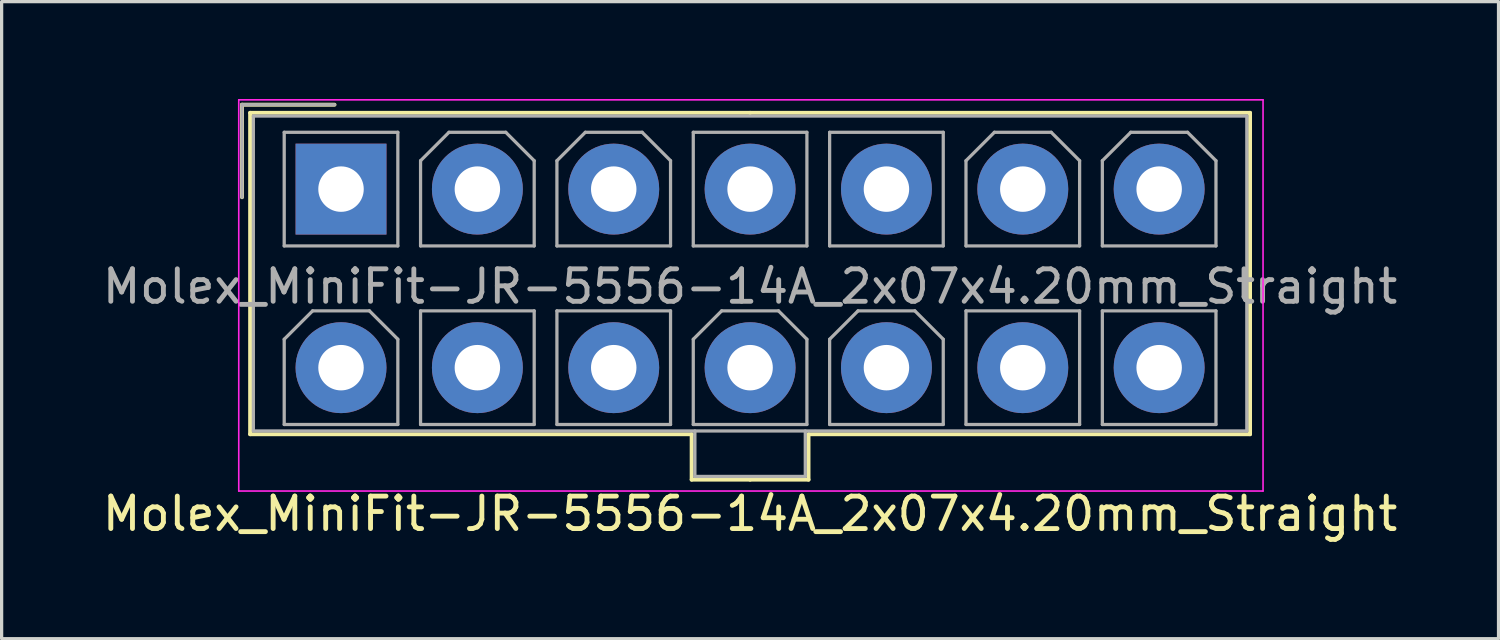
<source format=kicad_pcb>
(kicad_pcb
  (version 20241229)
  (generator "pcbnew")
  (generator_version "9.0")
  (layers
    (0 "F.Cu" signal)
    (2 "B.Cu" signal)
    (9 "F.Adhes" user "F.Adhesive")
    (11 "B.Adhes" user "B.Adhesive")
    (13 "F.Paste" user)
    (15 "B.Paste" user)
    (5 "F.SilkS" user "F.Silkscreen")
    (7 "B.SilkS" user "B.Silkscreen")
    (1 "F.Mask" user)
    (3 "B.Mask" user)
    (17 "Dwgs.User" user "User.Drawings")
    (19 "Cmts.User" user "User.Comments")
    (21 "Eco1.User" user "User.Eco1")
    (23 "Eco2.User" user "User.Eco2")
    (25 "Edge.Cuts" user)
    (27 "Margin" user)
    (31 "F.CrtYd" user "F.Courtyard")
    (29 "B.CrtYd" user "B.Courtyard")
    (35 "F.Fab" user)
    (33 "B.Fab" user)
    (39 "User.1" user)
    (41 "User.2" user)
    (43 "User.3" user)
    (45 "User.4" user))
  (footprint "Molex_MiniFit-JR-5556-14A_2x07x4.20mm_Straight"
    (layer "F.Cu")
    (at 7.454 2.775)
    (property "Reference" "Molex_MiniFit-JR-5556-14A_2x07x4.20mm_Straight" (at 12.6 10 0) (layer "F.SilkS") (effects (font (size 1 1) (thickness 0.15))))
    (attr through_hole)
    (fp_line (start -3.05 -2.6) (end -3.05 0.25) (stroke (width 0.12) (type solid)) (layer "F.SilkS"))
    (fp_line (start -2.8 -2.35) (end -2.8 7.55) (stroke (width 0.12) (type solid)) (layer "F.SilkS"))
    (fp_line (start -2.8 7.55) (end 10.8 7.55) (stroke (width 0.12) (type solid)) (layer "F.SilkS"))
    (fp_line (start -0.2 -2.6) (end -3.05 -2.6) (stroke (width 0.12) (type solid)) (layer "F.SilkS"))
    (fp_line (start 10.8 7.55) (end 10.8 8.95) (stroke (width 0.12) (type solid)) (layer "F.SilkS"))
    (fp_line (start 10.8 8.95) (end 12.6 8.95) (stroke (width 0.12) (type solid)) (layer "F.SilkS"))
    (fp_line (start 12.6 -2.35) (end -2.8 -2.35) (stroke (width 0.12) (type solid)) (layer "F.SilkS"))
    (fp_line (start 12.6 -2.35) (end 28 -2.35) (stroke (width 0.12) (type solid)) (layer "F.SilkS"))
    (fp_line (start 14.4 7.55) (end 14.4 8.95) (stroke (width 0.12) (type solid)) (layer "F.SilkS"))
    (fp_line (start 14.4 8.95) (end 12.6 8.95) (stroke (width 0.12) (type solid)) (layer "F.SilkS"))
    (fp_line (start 28 -2.35) (end 28 7.55) (stroke (width 0.12) (type solid)) (layer "F.SilkS"))
    (fp_line (start 28 7.55) (end 14.4 7.55) (stroke (width 0.12) (type solid)) (layer "F.SilkS"))
    (fp_line (start -3.15 -2.75) (end -3.15 9.3) (stroke (width 0.05) (type solid)) (layer "F.CrtYd"))
    (fp_line (start -3.15 9.3) (end 28.4 9.3) (stroke (width 0.05) (type solid)) (layer "F.CrtYd"))
    (fp_line (start 28.4 -2.75) (end -3.15 -2.75) (stroke (width 0.05) (type solid)) (layer "F.CrtYd"))
    (fp_line (start 28.4 9.3) (end 28.4 -2.75) (stroke (width 0.05) (type solid)) (layer "F.CrtYd"))
    (fp_line (start -3.05 -2.6) (end -3.05 0.25) (stroke (width 0.1) (type solid)) (layer "F.Fab"))
    (fp_line (start -2.7 -2.25) (end -2.7 7.45) (stroke (width 0.1) (type solid)) (layer "F.Fab"))
    (fp_line (start -2.7 7.45) (end 27.9 7.45) (stroke (width 0.1) (type solid)) (layer "F.Fab"))
    (fp_line (start -1.75 -1.75) (end -1.75 1.75) (stroke (width 0.1) (type solid)) (layer "F.Fab"))
    (fp_line (start -1.75 1.75) (end 1.75 1.75) (stroke (width 0.1) (type solid)) (layer "F.Fab"))
    (fp_line (start -1.75 4.625) (end -0.875 3.75) (stroke (width 0.1) (type solid)) (layer "F.Fab"))
    (fp_line (start -1.75 7.25) (end -1.75 4.625) (stroke (width 0.1) (type solid)) (layer "F.Fab"))
    (fp_line (start -0.875 3.75) (end 0.875 3.75) (stroke (width 0.1) (type solid)) (layer "F.Fab"))
    (fp_line (start -0.2 -2.6) (end -3.05 -2.6) (stroke (width 0.1) (type solid)) (layer "F.Fab"))
    (fp_line (start 0.875 3.75) (end 1.75 4.625) (stroke (width 0.1) (type solid)) (layer "F.Fab"))
    (fp_line (start 1.75 -1.75) (end -1.75 -1.75) (stroke (width 0.1) (type solid)) (layer "F.Fab"))
    (fp_line (start 1.75 1.75) (end 1.75 -1.75) (stroke (width 0.1) (type solid)) (layer "F.Fab"))
    (fp_line (start 1.75 4.625) (end 1.75 7.25) (stroke (width 0.1) (type solid)) (layer "F.Fab"))
    (fp_line (start 1.75 7.25) (end -1.75 7.25) (stroke (width 0.1) (type solid)) (layer "F.Fab"))
    (fp_line (start 2.45 -0.875) (end 3.325 -1.75) (stroke (width 0.1) (type solid)) (layer "F.Fab"))
    (fp_line (start 2.45 1.75) (end 2.45 -0.875) (stroke (width 0.1) (type solid)) (layer "F.Fab"))
    (fp_line (start 2.45 3.75) (end 2.45 7.25) (stroke (width 0.1) (type solid)) (layer "F.Fab"))
    (fp_line (start 2.45 7.25) (end 5.95 7.25) (stroke (width 0.1) (type solid)) (layer "F.Fab"))
    (fp_line (start 3.325 -1.75) (end 5.075 -1.75) (stroke (width 0.1) (type solid)) (layer "F.Fab"))
    (fp_line (start 5.075 -1.75) (end 5.95 -0.875) (stroke (width 0.1) (type solid)) (layer "F.Fab"))
    (fp_line (start 5.95 -0.875) (end 5.95 1.75) (stroke (width 0.1) (type solid)) (layer "F.Fab"))
    (fp_line (start 5.95 1.75) (end 2.45 1.75) (stroke (width 0.1) (type solid)) (layer "F.Fab"))
    (fp_line (start 5.95 3.75) (end 2.45 3.75) (stroke (width 0.1) (type solid)) (layer "F.Fab"))
    (fp_line (start 5.95 7.25) (end 5.95 3.75) (stroke (width 0.1) (type solid)) (layer "F.Fab"))
    (fp_line (start 6.65 -0.875) (end 7.525 -1.75) (stroke (width 0.1) (type solid)) (layer "F.Fab"))
    (fp_line (start 6.65 1.75) (end 6.65 -0.875) (stroke (width 0.1) (type solid)) (layer "F.Fab"))
    (fp_line (start 6.65 3.75) (end 6.65 7.25) (stroke (width 0.1) (type solid)) (layer "F.Fab"))
    (fp_line (start 6.65 7.25) (end 10.15 7.25) (stroke (width 0.1) (type solid)) (layer "F.Fab"))
    (fp_line (start 7.525 -1.75) (end 9.275 -1.75) (stroke (width 0.1) (type solid)) (layer "F.Fab"))
    (fp_line (start 9.275 -1.75) (end 10.15 -0.875) (stroke (width 0.1) (type solid)) (layer "F.Fab"))
    (fp_line (start 10.15 -0.875) (end 10.15 1.75) (stroke (width 0.1) (type solid)) (layer "F.Fab"))
    (fp_line (start 10.15 1.75) (end 6.65 1.75) (stroke (width 0.1) (type solid)) (layer "F.Fab"))
    (fp_line (start 10.15 3.75) (end 6.65 3.75) (stroke (width 0.1) (type solid)) (layer "F.Fab"))
    (fp_line (start 10.15 7.25) (end 10.15 3.75) (stroke (width 0.1) (type solid)) (layer "F.Fab"))
    (fp_line (start 10.85 -1.75) (end 10.85 1.75) (stroke (width 0.1) (type solid)) (layer "F.Fab"))
    (fp_line (start 10.85 1.75) (end 14.35 1.75) (stroke (width 0.1) (type solid)) (layer "F.Fab"))
    (fp_line (start 10.85 4.625) (end 11.725 3.75) (stroke (width 0.1) (type solid)) (layer "F.Fab"))
    (fp_line (start 10.85 7.25) (end 10.85 4.625) (stroke (width 0.1) (type solid)) (layer "F.Fab"))
    (fp_line (start 10.9 7.45) (end 10.9 8.85) (stroke (width 0.1) (type solid)) (layer "F.Fab"))
    (fp_line (start 10.9 8.85) (end 14.3 8.85) (stroke (width 0.1) (type solid)) (layer "F.Fab"))
    (fp_line (start 11.725 3.75) (end 13.475 3.75) (stroke (width 0.1) (type solid)) (layer "F.Fab"))
    (fp_line (start 13.475 3.75) (end 14.35 4.625) (stroke (width 0.1) (type solid)) (layer "F.Fab"))
    (fp_line (start 14.3 8.85) (end 14.3 7.45) (stroke (width 0.1) (type solid)) (layer "F.Fab"))
    (fp_line (start 14.35 -1.75) (end 10.85 -1.75) (stroke (width 0.1) (type solid)) (layer "F.Fab"))
    (fp_line (start 14.35 1.75) (end 14.35 -1.75) (stroke (width 0.1) (type solid)) (layer "F.Fab"))
    (fp_line (start 14.35 4.625) (end 14.35 7.25) (stroke (width 0.1) (type solid)) (layer "F.Fab"))
    (fp_line (start 14.35 7.25) (end 10.85 7.25) (stroke (width 0.1) (type solid)) (layer "F.Fab"))
    (fp_line (start 15.05 -1.75) (end 15.05 1.75) (stroke (width 0.1) (type solid)) (layer "F.Fab"))
    (fp_line (start 15.05 1.75) (end 18.55 1.75) (stroke (width 0.1) (type solid)) (layer "F.Fab"))
    (fp_line (start 15.05 4.625) (end 15.925 3.75) (stroke (width 0.1) (type solid)) (layer "F.Fab"))
    (fp_line (start 15.05 7.25) (end 15.05 4.625) (stroke (width 0.1) (type solid)) (layer "F.Fab"))
    (fp_line (start 15.925 3.75) (end 17.675 3.75) (stroke (width 0.1) (type solid)) (layer "F.Fab"))
    (fp_line (start 17.675 3.75) (end 18.55 4.625) (stroke (width 0.1) (type solid)) (layer "F.Fab"))
    (fp_line (start 18.55 -1.75) (end 15.05 -1.75) (stroke (width 0.1) (type solid)) (layer "F.Fab"))
    (fp_line (start 18.55 1.75) (end 18.55 -1.75) (stroke (width 0.1) (type solid)) (layer "F.Fab"))
    (fp_line (start 18.55 4.625) (end 18.55 7.25) (stroke (width 0.1) (type solid)) (layer "F.Fab"))
    (fp_line (start 18.55 7.25) (end 15.05 7.25) (stroke (width 0.1) (type solid)) (layer "F.Fab"))
    (fp_line (start 19.25 -0.875) (end 20.125 -1.75) (stroke (width 0.1) (type solid)) (layer "F.Fab"))
    (fp_line (start 19.25 1.75) (end 19.25 -0.875) (stroke (width 0.1) (type solid)) (layer "F.Fab"))
    (fp_line (start 19.25 3.75) (end 19.25 7.25) (stroke (width 0.1) (type solid)) (layer "F.Fab"))
    (fp_line (start 19.25 7.25) (end 22.75 7.25) (stroke (width 0.1) (type solid)) (layer "F.Fab"))
    (fp_line (start 20.125 -1.75) (end 21.875 -1.75) (stroke (width 0.1) (type solid)) (layer "F.Fab"))
    (fp_line (start 21.875 -1.75) (end 22.75 -0.875) (stroke (width 0.1) (type solid)) (layer "F.Fab"))
    (fp_line (start 22.75 -0.875) (end 22.75 1.75) (stroke (width 0.1) (type solid)) (layer "F.Fab"))
    (fp_line (start 22.75 1.75) (end 19.25 1.75) (stroke (width 0.1) (type solid)) (layer "F.Fab"))
    (fp_line (start 22.75 3.75) (end 19.25 3.75) (stroke (width 0.1) (type solid)) (layer "F.Fab"))
    (fp_line (start 22.75 7.25) (end 22.75 3.75) (stroke (width 0.1) (type solid)) (layer "F.Fab"))
    (fp_line (start 23.45 -0.875) (end 24.325 -1.75) (stroke (width 0.1) (type solid)) (layer "F.Fab"))
    (fp_line (start 23.45 1.75) (end 23.45 -0.875) (stroke (width 0.1) (type solid)) (layer "F.Fab"))
    (fp_line (start 23.45 3.75) (end 23.45 7.25) (stroke (width 0.1) (type solid)) (layer "F.Fab"))
    (fp_line (start 23.45 7.25) (end 26.95 7.25) (stroke (width 0.1) (type solid)) (layer "F.Fab"))
    (fp_line (start 24.325 -1.75) (end 26.075 -1.75) (stroke (width 0.1) (type solid)) (layer "F.Fab"))
    (fp_line (start 26.075 -1.75) (end 26.95 -0.875) (stroke (width 0.1) (type solid)) (layer "F.Fab"))
    (fp_line (start 26.95 -0.875) (end 26.95 1.75) (stroke (width 0.1) (type solid)) (layer "F.Fab"))
    (fp_line (start 26.95 1.75) (end 23.45 1.75) (stroke (width 0.1) (type solid)) (layer "F.Fab"))
    (fp_line (start 26.95 3.75) (end 23.45 3.75) (stroke (width 0.1) (type solid)) (layer "F.Fab"))
    (fp_line (start 26.95 7.25) (end 26.95 3.75) (stroke (width 0.1) (type solid)) (layer "F.Fab"))
    (fp_line (start 27.9 -2.25) (end -2.7 -2.25) (stroke (width 0.1) (type solid)) (layer "F.Fab"))
    (fp_line (start 27.9 7.45) (end 27.9 -2.25) (stroke (width 0.1) (type solid)) (layer "F.Fab"))
    (fp_text user "${REFERENCE}" (at 12.6 3 0) (layer "F.Fab") (effects (font (size 1 1) (thickness 0.15))))
    (pad "1" thru_hole rect (at 0 0) (size 2.8 2.8) (drill 1.4) (layers "*.Cu" "*.Mask"))
    (pad "2" thru_hole circle (at 4.2 0) (size 2.8 2.8) (drill 1.4) (layers "*.Cu" "*.Mask"))
    (pad "3" thru_hole circle (at 8.4 0) (size 2.8 2.8) (drill 1.4) (layers "*.Cu" "*.Mask"))
    (pad "4" thru_hole circle (at 12.6 0) (size 2.8 2.8) (drill 1.4) (layers "*.Cu" "*.Mask"))
    (pad "5" thru_hole circle (at 16.8 0) (size 2.8 2.8) (drill 1.4) (layers "*.Cu" "*.Mask"))
    (pad "6" thru_hole circle (at 21 0) (size 2.8 2.8) (drill 1.4) (layers "*.Cu" "*.Mask"))
    (pad "7" thru_hole circle (at 25.2 0) (size 2.8 2.8) (drill 1.4) (layers "*.Cu" "*.Mask"))
    (pad "8" thru_hole circle (at 0 5.5) (size 2.8 2.8) (drill 1.4) (layers "*.Cu" "*.Mask"))
    (pad "9" thru_hole circle (at 4.2 5.5) (size 2.8 2.8) (drill 1.4) (layers "*.Cu" "*.Mask"))
    (pad "10" thru_hole circle (at 8.4 5.5) (size 2.8 2.8) (drill 1.4) (layers "*.Cu" "*.Mask"))
    (pad "11" thru_hole circle (at 12.6 5.5) (size 2.8 2.8) (drill 1.4) (layers "*.Cu" "*.Mask"))
    (pad "12" thru_hole circle (at 16.8 5.5) (size 2.8 2.8) (drill 1.4) (layers "*.Cu" "*.Mask"))
    (pad "13" thru_hole circle (at 21 5.5) (size 2.8 2.8) (drill 1.4) (layers "*.Cu" "*.Mask"))
    (pad "14" thru_hole circle (at 25.2 5.5) (size 2.8 2.8) (drill 1.4) (layers "*.Cu" "*.Mask")))
  (gr_rect
    (start -3 -3)
    (end 43.107 16.623)
    (stroke (width 0.1) (type default))
    (fill no)
    (layer "Edge.Cuts")))
</source>
